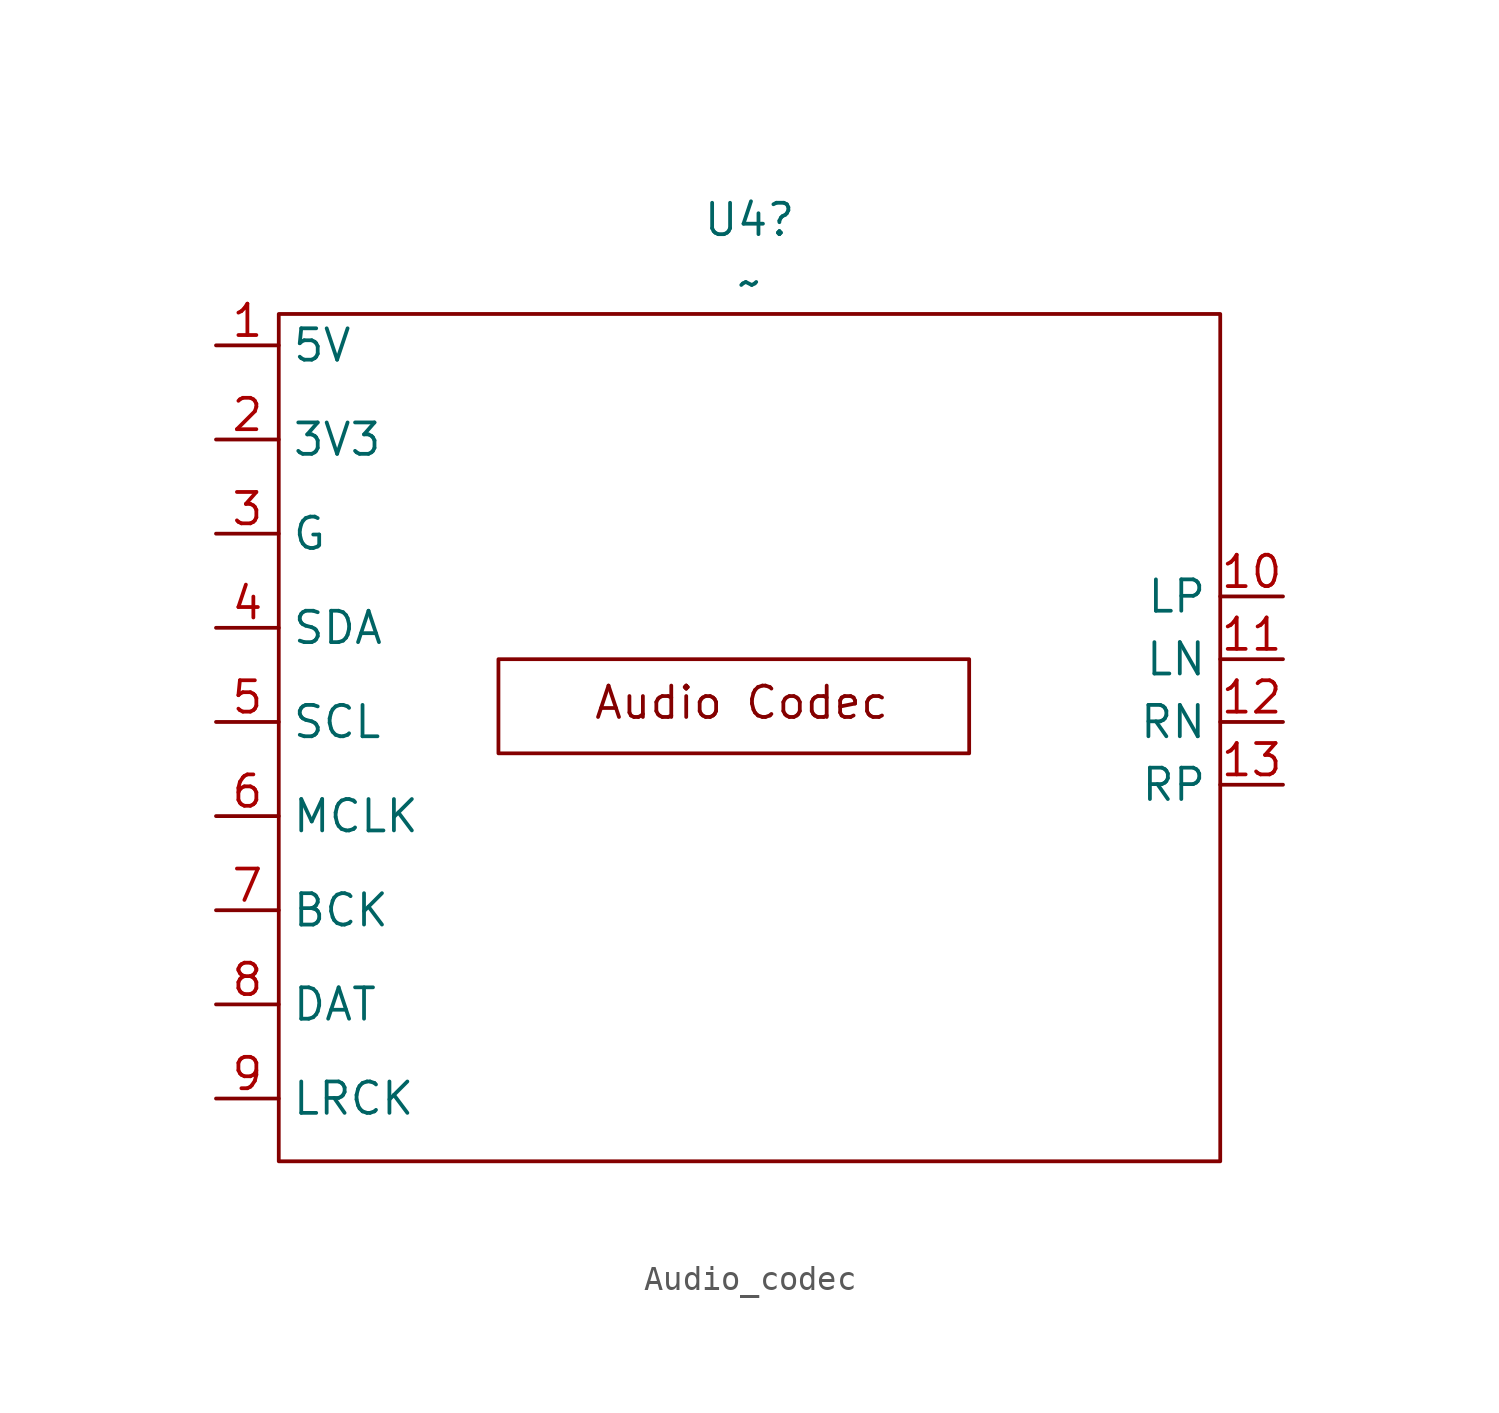
<source format=kicad_sym>
(kicad_symbol_lib
  (version 20241209)
  (generator "kicad_symbol_editor")
  (generator_version "9.0")
  (symbol "Audio_codec"
    (property "Reference" "U4"
      (at 6.35 3.81 0)
      (effects (font (size 1.27 1.27))))
    (property "Value" "~"
      (at 6.35 1.27 0)
      (effects (font (size 1.27 1.27))))
    (symbol "Audio_codec_0_1"
      (rectangle (start -12.7 0) (end 25.4 -34.29) (stroke (width 0) (type default)) (fill (type none))))
    (symbol "Audio_codec_1_1"
      (text_box "Audio Codec\n" (at -3.81 -13.97 0) (size 19.05 -3.81) (margins 3.81 1.016 1.016 1.016) (stroke (width 0) (type solid)) (fill (type none)) (effects (font (size 1.27 1.27)) (justify left top)))
      (pin power_in line (at -15.24 -1.27 0) (length 2.54) (name "5V" (effects (font (size 1.27 1.27)))) (number "1" (effects (font (size 1.27 1.27)))))
      (pin power_in line (at -15.24 -5.08 0) (length 2.54) (name "3V3" (effects (font (size 1.27 1.27)))) (number "2" (effects (font (size 1.27 1.27)))))
      (pin bidirectional line (at -15.24 -8.89 0) (length 2.54) (name "G" (effects (font (size 1.27 1.27)))) (number "3" (effects (font (size 1.27 1.27)))))
      (pin bidirectional line (at -15.24 -12.7 0) (length 2.54) (name "SDA" (effects (font (size 1.27 1.27)))) (number "4" (effects (font (size 1.27 1.27)))))
      (pin bidirectional line (at -15.24 -16.51 0) (length 2.54) (name "SCL" (effects (font (size 1.27 1.27)))) (number "5" (effects (font (size 1.27 1.27)))))
      (pin bidirectional line (at -15.24 -20.32 0) (length 2.54) (name "MCLK" (effects (font (size 1.27 1.27)))) (number "6" (effects (font (size 1.27 1.27)))))
      (pin bidirectional line (at -15.24 -24.13 0) (length 2.54) (name "BCK" (effects (font (size 1.27 1.27)))) (number "7" (effects (font (size 1.27 1.27)))))
      (pin bidirectional line (at -15.24 -27.94 0) (length 2.54) (name "DAT" (effects (font (size 1.27 1.27)))) (number "8" (effects (font (size 1.27 1.27)))))
      (pin bidirectional line (at -15.24 -31.75 0) (length 2.54) (name "LRCK" (effects (font (size 1.27 1.27)))) (number "9" (effects (font (size 1.27 1.27)))))
      (pin bidirectional line (at 27.94 -11.43 180) (length 2.54) (name "LP" (effects (font (size 1.27 1.27)))) (number "10" (effects (font (size 1.27 1.27)))))
      (pin bidirectional line (at 27.94 -13.97 180) (length 2.54) (name "LN" (effects (font (size 1.27 1.27)))) (number "11" (effects (font (size 1.27 1.27)))))
      (pin bidirectional line (at 27.94 -16.51 180) (length 2.54) (name "RN" (effects (font (size 1.27 1.27)))) (number "12" (effects (font (size 1.27 1.27)))))
      (pin bidirectional line (at 27.94 -19.05 180) (length 2.54) (name "RP" (effects (font (size 1.27 1.27)))) (number "13" (effects (font (size 1.27 1.27))))))))
</source>
